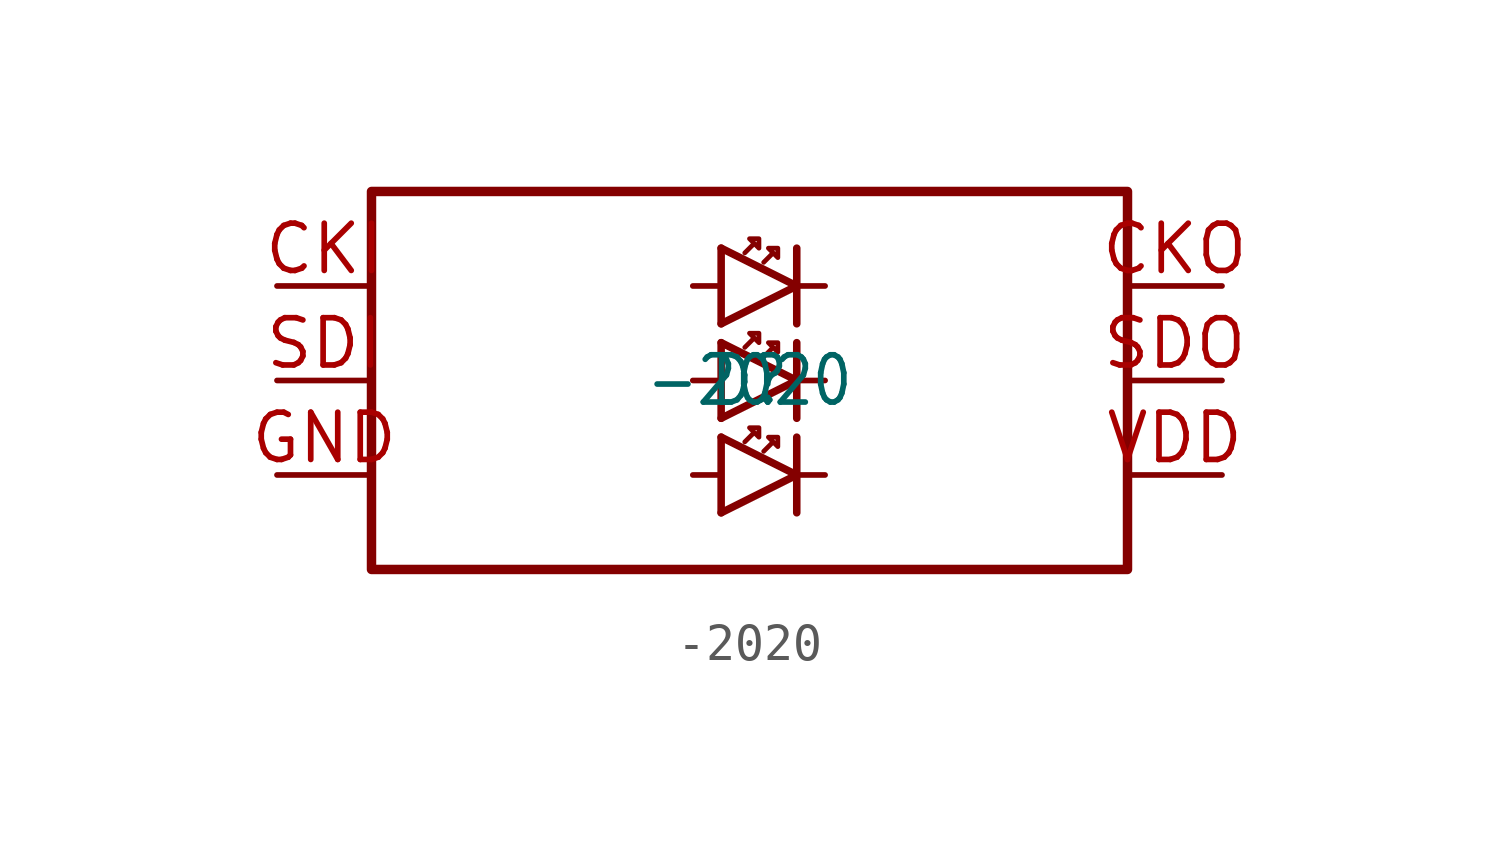
<source format=kicad_sym>
(kicad_symbol_lib
  (version 20211014)
  (generator kicad_symbol_editor)
  (symbol "-2020"
    (pin_names
      (offset 1.016) hide)
    (property "Reference" "D"
      (at 0 0 0)
      (effects (font (size 1.27 1.086))))
    (property "Value" "-2020"
      (at 0 0 0)
      (effects (font (size 1.27 1.086))))
    (symbol "-2020_0_0")
    (symbol "-2020_0_1"
      (polyline (pts (xy -10.16 5.08) (xy -10.16 -5.08) (xy 10.16 -5.08) (xy 10.16 5.08) (xy -10.16 5.08)) (stroke (width 0.254) (type default) (color 0 0 0 0)))
      (polyline (pts (xy -0.762 3.556) (xy 1.27 2.54) (xy -0.762 1.524)) (stroke (width 0.203) (type default) (color 0 0 0 0)))
      (polyline (pts (xy 1.27 3.556) (xy 1.27 2.54) (xy 1.27 1.524)) (stroke (width 0.203) (type default) (color 0 0 0 0)))
      (polyline (pts (xy -0.762 3.556) (xy -0.762 2.54) (xy -0.762 1.524)) (stroke (width 0.203) (type default) (color 0 0 0 0)))
      (polyline (pts (xy 1.27 2.54) (xy 2.032 2.54)) (stroke (width 0.152) (type default) (color 0 0 0 0)))
      (polyline (pts (xy -0.762 1.016) (xy 1.27 0.0) (xy -0.762 -1.016)) (stroke (width 0.203) (type default) (color 0 0 0 0)))
      (polyline (pts (xy 1.27 1.016) (xy 1.27 0.0) (xy 1.27 -1.016)) (stroke (width 0.203) (type default) (color 0 0 0 0)))
      (polyline (pts (xy -0.762 1.016) (xy -0.762 0.0) (xy -0.762 -1.016)) (stroke (width 0.203) (type default) (color 0 0 0 0)))
      (polyline (pts (xy 1.27 0.0) (xy 2.032 0.0)) (stroke (width 0.152) (type default) (color 0 0 0 0)))
      (polyline (pts (xy -0.762 -1.524) (xy 1.27 -2.54) (xy -0.762 -3.556)) (stroke (width 0.203) (type default) (color 0 0 0 0)))
      (polyline (pts (xy 1.27 -1.524) (xy 1.27 -2.54) (xy 1.27 -3.556)) (stroke (width 0.203) (type default) (color 0 0 0 0)))
      (polyline (pts (xy -0.762 -1.524) (xy -0.762 -2.54) (xy -0.762 -3.556)) (stroke (width 0.203) (type default) (color 0 0 0 0)))
      (polyline (pts (xy 1.27 -2.54) (xy 2.032 -2.54)) (stroke (width 0.152) (type default) (color 0 0 0 0)))
      (polyline (pts (xy -1.524 2.54) (xy -0.762 2.54)) (stroke (width 0.152) (type default) (color 0 0 0 0)))
      (polyline (pts (xy -0.762 0.0) (xy -1.524 0.0)) (stroke (width 0.152) (type default) (color 0 0 0 0)))
      (polyline (pts (xy -0.762 -2.54) (xy -1.524 -2.54)) (stroke (width 0.152) (type default) (color 0 0 0 0)))
      (polyline (pts (xy 0.381 -1.905) (xy 0.635 -1.651) (xy 0.762 -1.778) (xy 0.762 -1.524) (xy 0.508 -1.524) (xy 0.635 -1.651)) (stroke (width 0.127) (type default) (color 0 0 0 0)))
      (polyline (pts (xy -0.127 -1.651) (xy 0.127 -1.397) (xy 0.254 -1.524) (xy 0.254 -1.27) (xy 0.0 -1.27) (xy 0.127 -1.397)) (stroke (width 0.127) (type default) (color 0 0 0 0)))
      (polyline (pts (xy 0.381 0.635) (xy 0.635 0.889) (xy 0.762 0.762) (xy 0.762 1.016) (xy 0.508 1.016) (xy 0.635 0.889)) (stroke (width 0.127) (type default) (color 0 0 0 0)))
      (polyline (pts (xy -0.127 0.889) (xy 0.127 1.143) (xy 0.254 1.016) (xy 0.254 1.27) (xy 0.0 1.27) (xy 0.127 1.143)) (stroke (width 0.127) (type default) (color 0 0 0 0)))
      (polyline (pts (xy 0.381 3.175) (xy 0.635 3.429) (xy 0.762 3.302) (xy 0.762 3.556) (xy 0.508 3.556) (xy 0.635 3.429)) (stroke (width 0.127) (type default) (color 0 0 0 0)))
      (polyline (pts (xy -0.127 3.429) (xy 0.127 3.683) (xy 0.254 3.556) (xy 0.254 3.81) (xy 0.0 3.81) (xy 0.127 3.683)) (stroke (width 0.127) (type default) (color 0 0 0 0))))
    (symbol "-2020_1_1"
      (pin bidirectional line (at 12.7 2.54 180) (length 2.54) (name "CO" (effects (font (size 1.27 1.086)))) (number "CKO" (effects (font (size 1.27 1.086)))))
      (pin bidirectional line (at -12.7 0 0) (length 2.54) (name "DI" (effects (font (size 1.27 1.086)))) (number "SDI" (effects (font (size 1.27 1.086)))))
      (pin bidirectional line (at -12.7 2.54 0) (length 2.54) (name "CI" (effects (font (size 1.27 1.086)))) (number "CKI" (effects (font (size 1.27 1.086)))))
      (pin bidirectional line (at -12.7 -2.54 0) (length 2.54) (name "GND" (effects (font (size 1.27 1.086)))) (number "GND" (effects (font (size 1.27 1.086)))))
      (pin bidirectional line (at 12.7 0 180) (length 2.54) (name "DO" (effects (font (size 1.27 1.086)))) (number "SDO" (effects (font (size 1.27 1.086)))))
      (pin bidirectional line (at 12.7 -2.54 180) (length 2.54) (name "VCC" (effects (font (size 1.27 1.086)))) (number "VDD" (effects (font (size 1.27 1.086))))))))
</source>
